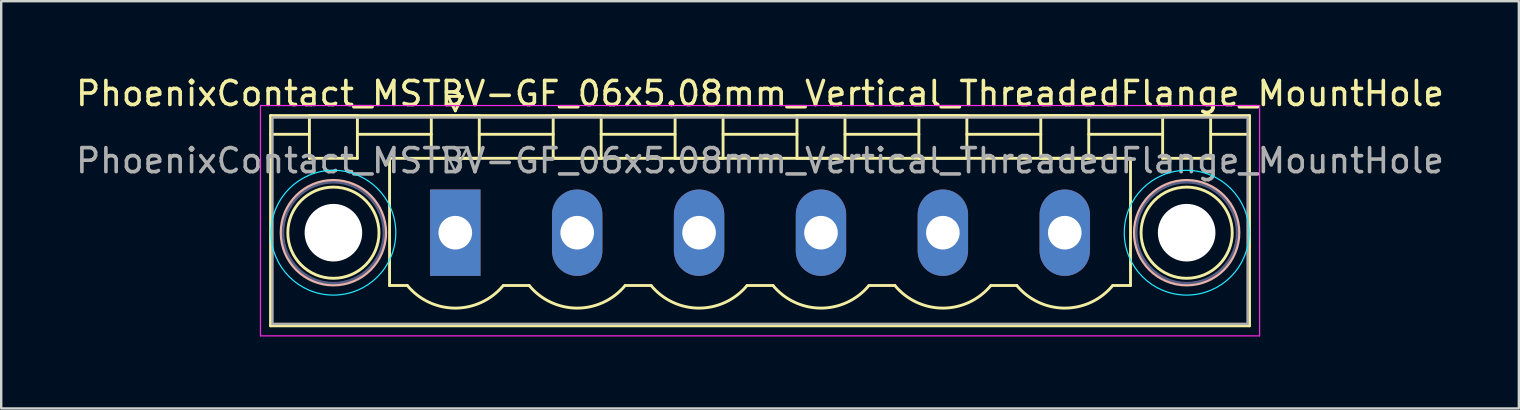
<source format=kicad_pcb>
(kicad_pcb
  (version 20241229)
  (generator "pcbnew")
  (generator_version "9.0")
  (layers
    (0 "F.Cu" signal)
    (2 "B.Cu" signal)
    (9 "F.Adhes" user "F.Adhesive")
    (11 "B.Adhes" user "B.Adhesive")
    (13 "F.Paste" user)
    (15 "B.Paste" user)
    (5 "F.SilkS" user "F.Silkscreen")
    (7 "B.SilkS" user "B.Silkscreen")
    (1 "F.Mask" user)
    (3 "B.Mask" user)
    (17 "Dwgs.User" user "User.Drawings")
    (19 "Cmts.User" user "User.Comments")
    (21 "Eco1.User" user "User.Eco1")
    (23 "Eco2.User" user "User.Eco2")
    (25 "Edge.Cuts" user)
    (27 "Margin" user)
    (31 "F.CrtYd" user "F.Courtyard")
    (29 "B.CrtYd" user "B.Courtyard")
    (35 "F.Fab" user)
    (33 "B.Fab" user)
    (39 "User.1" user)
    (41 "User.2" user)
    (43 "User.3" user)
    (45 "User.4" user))
  (footprint "PhoenixContact_MSTBV-GF_06x5.08mm_Vertical_ThreadedFlange_MountHole"
    (layer "F.Cu")
    (at 15.925 6.648)
    (property "Reference" "PhoenixContact_MSTBV-GF_06x5.08mm_Vertical_ThreadedFlange_MountHole" (at 12.7 -5.8 0) (layer "F.SilkS") (effects (font (size 1 1) (thickness 0.15))))
    (attr through_hole)
    (fp_line (start -7.7 -4.88) (end -7.7 3.88) (stroke (width 0.12) (type solid)) (layer "F.SilkS"))
    (fp_line (start -7.7 -4.1) (end -6.16 -4.1) (stroke (width 0.12) (type solid)) (layer "F.SilkS"))
    (fp_line (start -7.7 3.88) (end 33.1 3.88) (stroke (width 0.12) (type solid)) (layer "F.SilkS"))
    (fp_line (start -6.08 -4.88) (end -4.08 -4.88) (stroke (width 0.12) (type solid)) (layer "F.SilkS"))
    (fp_line (start -6.08 -3.1) (end -6.08 -4.88) (stroke (width 0.12) (type solid)) (layer "F.SilkS"))
    (fp_line (start -4.08 -4.88) (end -4.08 -3.1) (stroke (width 0.12) (type solid)) (layer "F.SilkS"))
    (fp_line (start -4.08 -4.1) (end -1 -4.1) (stroke (width 0.12) (type solid)) (layer "F.SilkS"))
    (fp_line (start -4.08 -3.1) (end -6.08 -3.1) (stroke (width 0.12) (type solid)) (layer "F.SilkS"))
    (fp_line (start -2.74 -3.1) (end 28.14 -3.1) (stroke (width 0.12) (type solid)) (layer "F.SilkS"))
    (fp_line (start -2.74 2.2) (end -2.74 -3.1) (stroke (width 0.12) (type solid)) (layer "F.SilkS"))
    (fp_line (start -2 2.2) (end -2.74 2.2) (stroke (width 0.12) (type solid)) (layer "F.SilkS"))
    (fp_line (start -1 -4.88) (end 1 -4.88) (stroke (width 0.12) (type solid)) (layer "F.SilkS"))
    (fp_line (start -1 -3.1) (end -1 -4.88) (stroke (width 0.12) (type solid)) (layer "F.SilkS"))
    (fp_line (start -0.3 -5.68) (end 0.3 -5.68) (stroke (width 0.12) (type solid)) (layer "F.SilkS"))
    (fp_line (start 0 -5.08) (end -0.3 -5.68) (stroke (width 0.12) (type solid)) (layer "F.SilkS"))
    (fp_line (start 0.3 -5.68) (end 0 -5.08) (stroke (width 0.12) (type solid)) (layer "F.SilkS"))
    (fp_line (start 1 -4.88) (end 1 -3.1) (stroke (width 0.12) (type solid)) (layer "F.SilkS"))
    (fp_line (start 1 -4.1) (end 4.08 -4.1) (stroke (width 0.12) (type solid)) (layer "F.SilkS"))
    (fp_line (start 1 -3.1) (end -1 -3.1) (stroke (width 0.12) (type solid)) (layer "F.SilkS"))
    (fp_line (start 2 2.2) (end 3.08 2.2) (stroke (width 0.12) (type solid)) (layer "F.SilkS"))
    (fp_line (start 4.08 -4.88) (end 6.08 -4.88) (stroke (width 0.12) (type solid)) (layer "F.SilkS"))
    (fp_line (start 4.08 -3.1) (end 4.08 -4.88) (stroke (width 0.12) (type solid)) (layer "F.SilkS"))
    (fp_line (start 6.08 -4.88) (end 6.08 -3.1) (stroke (width 0.12) (type solid)) (layer "F.SilkS"))
    (fp_line (start 6.08 -4.1) (end 9.16 -4.1) (stroke (width 0.12) (type solid)) (layer "F.SilkS"))
    (fp_line (start 6.08 -3.1) (end 4.08 -3.1) (stroke (width 0.12) (type solid)) (layer "F.SilkS"))
    (fp_line (start 7.08 2.2) (end 8.16 2.2) (stroke (width 0.12) (type solid)) (layer "F.SilkS"))
    (fp_line (start 9.16 -4.88) (end 11.16 -4.88) (stroke (width 0.12) (type solid)) (layer "F.SilkS"))
    (fp_line (start 9.16 -3.1) (end 9.16 -4.88) (stroke (width 0.12) (type solid)) (layer "F.SilkS"))
    (fp_line (start 11.16 -4.88) (end 11.16 -3.1) (stroke (width 0.12) (type solid)) (layer "F.SilkS"))
    (fp_line (start 11.16 -4.1) (end 14.24 -4.1) (stroke (width 0.12) (type solid)) (layer "F.SilkS"))
    (fp_line (start 11.16 -3.1) (end 9.16 -3.1) (stroke (width 0.12) (type solid)) (layer "F.SilkS"))
    (fp_line (start 12.16 2.2) (end 13.24 2.2) (stroke (width 0.12) (type solid)) (layer "F.SilkS"))
    (fp_line (start 14.24 -4.88) (end 16.24 -4.88) (stroke (width 0.12) (type solid)) (layer "F.SilkS"))
    (fp_line (start 14.24 -3.1) (end 14.24 -4.88) (stroke (width 0.12) (type solid)) (layer "F.SilkS"))
    (fp_line (start 16.24 -4.88) (end 16.24 -3.1) (stroke (width 0.12) (type solid)) (layer "F.SilkS"))
    (fp_line (start 16.24 -4.1) (end 19.32 -4.1) (stroke (width 0.12) (type solid)) (layer "F.SilkS"))
    (fp_line (start 16.24 -3.1) (end 14.24 -3.1) (stroke (width 0.12) (type solid)) (layer "F.SilkS"))
    (fp_line (start 17.24 2.2) (end 18.32 2.2) (stroke (width 0.12) (type solid)) (layer "F.SilkS"))
    (fp_line (start 19.32 -4.88) (end 21.32 -4.88) (stroke (width 0.12) (type solid)) (layer "F.SilkS"))
    (fp_line (start 19.32 -3.1) (end 19.32 -4.88) (stroke (width 0.12) (type solid)) (layer "F.SilkS"))
    (fp_line (start 21.32 -4.88) (end 21.32 -3.1) (stroke (width 0.12) (type solid)) (layer "F.SilkS"))
    (fp_line (start 21.32 -4.1) (end 24.4 -4.1) (stroke (width 0.12) (type solid)) (layer "F.SilkS"))
    (fp_line (start 21.32 -3.1) (end 19.32 -3.1) (stroke (width 0.12) (type solid)) (layer "F.SilkS"))
    (fp_line (start 22.32 2.2) (end 23.4 2.2) (stroke (width 0.12) (type solid)) (layer "F.SilkS"))
    (fp_line (start 24.4 -4.88) (end 26.4 -4.88) (stroke (width 0.12) (type solid)) (layer "F.SilkS"))
    (fp_line (start 24.4 -3.1) (end 24.4 -4.88) (stroke (width 0.12) (type solid)) (layer "F.SilkS"))
    (fp_line (start 26.4 -4.88) (end 26.4 -3.1) (stroke (width 0.12) (type solid)) (layer "F.SilkS"))
    (fp_line (start 26.4 -4.1) (end 29.48 -4.1) (stroke (width 0.12) (type solid)) (layer "F.SilkS"))
    (fp_line (start 26.4 -3.1) (end 24.4 -3.1) (stroke (width 0.12) (type solid)) (layer "F.SilkS"))
    (fp_line (start 28.14 -3.1) (end 28.14 2.2) (stroke (width 0.12) (type solid)) (layer "F.SilkS"))
    (fp_line (start 28.14 2.2) (end 27.4 2.2) (stroke (width 0.12) (type solid)) (layer "F.SilkS"))
    (fp_line (start 29.48 -4.88) (end 31.48 -4.88) (stroke (width 0.12) (type solid)) (layer "F.SilkS"))
    (fp_line (start 29.48 -3.1) (end 29.48 -4.88) (stroke (width 0.12) (type solid)) (layer "F.SilkS"))
    (fp_line (start 31.48 -4.88) (end 31.48 -3.1) (stroke (width 0.12) (type solid)) (layer "F.SilkS"))
    (fp_line (start 31.48 -3.1) (end 29.48 -3.1) (stroke (width 0.12) (type solid)) (layer "F.SilkS"))
    (fp_line (start 33.1 -4.88) (end -7.7 -4.88) (stroke (width 0.12) (type solid)) (layer "F.SilkS"))
    (fp_line (start 33.1 -4.1) (end 31.56 -4.1) (stroke (width 0.12) (type solid)) (layer "F.SilkS"))
    (fp_line (start 33.1 3.88) (end 33.1 -4.88) (stroke (width 0.12) (type solid)) (layer "F.SilkS"))
    (fp_arc (start 1.986842 2.215821) (mid -0.010289 3.142758) (end -2 2.2) (stroke (width 0.12) (type solid)) (layer "F.SilkS"))
    (fp_arc (start 7.066842 2.215821) (mid 5.069711 3.142758) (end 3.08 2.2) (stroke (width 0.12) (type solid)) (layer "F.SilkS"))
    (fp_arc (start 12.146842 2.215821) (mid 10.149711 3.142758) (end 8.16 2.2) (stroke (width 0.12) (type solid)) (layer "F.SilkS"))
    (fp_arc (start 17.226842 2.215821) (mid 15.229711 3.142758) (end 13.24 2.2) (stroke (width 0.12) (type solid)) (layer "F.SilkS"))
    (fp_arc (start 22.306842 2.215821) (mid 20.309711 3.142758) (end 18.32 2.2) (stroke (width 0.12) (type solid)) (layer "F.SilkS"))
    (fp_arc (start 27.386842 2.215821) (mid 25.389711 3.142758) (end 23.4 2.2) (stroke (width 0.12) (type solid)) (layer "F.SilkS"))
    (fp_circle (center -5.08 0) (end -3.18 0) (stroke (width 0.12) (type solid)) (fill no) (layer "F.SilkS"))
    (fp_circle (center 30.48 0) (end 32.38 0) (stroke (width 0.12) (type solid)) (fill no) (layer "F.SilkS"))
    (fp_circle (center -5.08 0) (end -2.9 0) (stroke (width 0.12) (type solid)) (fill no) (layer "B.SilkS"))
    (fp_circle (center 30.48 0) (end 32.66 0) (stroke (width 0.12) (type solid)) (fill no) (layer "B.SilkS"))
    (fp_circle (center -5.08 0) (end -2.48 0) (stroke (width 0.05) (type solid)) (fill no) (layer "B.CrtYd"))
    (fp_circle (center 30.48 0) (end 33.08 0) (stroke (width 0.05) (type solid)) (fill no) (layer "B.CrtYd"))
    (fp_line (start -8.12 -5.3) (end -8.12 4.3) (stroke (width 0.05) (type solid)) (layer "F.CrtYd"))
    (fp_line (start -8.12 4.3) (end 33.52 4.3) (stroke (width 0.05) (type solid)) (layer "F.CrtYd"))
    (fp_line (start 33.52 -5.3) (end -8.12 -5.3) (stroke (width 0.05) (type solid)) (layer "F.CrtYd"))
    (fp_line (start 33.52 4.3) (end 33.52 -5.3) (stroke (width 0.05) (type solid)) (layer "F.CrtYd"))
    (fp_circle (center -5.08 0) (end -2.98 0) (stroke (width 0.1) (type solid)) (fill no) (layer "B.Fab"))
    (fp_circle (center 30.48 0) (end 32.58 0) (stroke (width 0.1) (type solid)) (fill no) (layer "B.Fab"))
    (fp_line (start -7.62 -4.8) (end -7.62 3.8) (stroke (width 0.1) (type solid)) (layer "F.Fab"))
    (fp_line (start -7.62 3.8) (end 33.02 3.8) (stroke (width 0.1) (type solid)) (layer "F.Fab"))
    (fp_line (start -0.5 -3.55) (end 0.5 -3.55) (stroke (width 0.1) (type solid)) (layer "F.Fab"))
    (fp_line (start 0 -2.55) (end -0.5 -3.55) (stroke (width 0.1) (type solid)) (layer "F.Fab"))
    (fp_line (start 0.5 -3.55) (end 0 -2.55) (stroke (width 0.1) (type solid)) (layer "F.Fab"))
    (fp_line (start 33.02 -4.8) (end -7.62 -4.8) (stroke (width 0.1) (type solid)) (layer "F.Fab"))
    (fp_line (start 33.02 3.8) (end 33.02 -4.8) (stroke (width 0.1) (type solid)) (layer "F.Fab"))
    (fp_text user "${REFERENCE}" (at 12.7 -3 0) (layer "F.Fab") (effects (font (size 1 1) (thickness 0.15))))
    (pad "" np_thru_hole circle (at -5.08 0) (size 2.4 2.4) (drill 2.4) (layers "*.Cu" "*.Mask"))
    (pad "" np_thru_hole circle (at 30.48 0) (size 2.4 2.4) (drill 2.4) (layers "*.Cu" "*.Mask"))
    (pad "1" thru_hole rect (at 0 0) (size 2.1 3.6) (drill 1.4) (layers "*.Cu" "*.Mask"))
    (pad "2" thru_hole oval (at 5.08 0) (size 2.1 3.6) (drill 1.4) (layers "*.Cu" "*.Mask"))
    (pad "3" thru_hole oval (at 10.16 0) (size 2.1 3.6) (drill 1.4) (layers "*.Cu" "*.Mask"))
    (pad "4" thru_hole oval (at 15.24 0) (size 2.1 3.6) (drill 1.4) (layers "*.Cu" "*.Mask"))
    (pad "5" thru_hole oval (at 20.32 0) (size 2.1 3.6) (drill 1.4) (layers "*.Cu" "*.Mask"))
    (pad "6" thru_hole oval (at 25.4 0) (size 2.1 3.6) (drill 1.4) (layers "*.Cu" "*.Mask")))
  (gr_rect
    (start -3 -3)
    (end 60.25 13.973)
    (stroke (width 0.1) (type default))
    (fill no)
    (layer "Edge.Cuts")))
</source>
